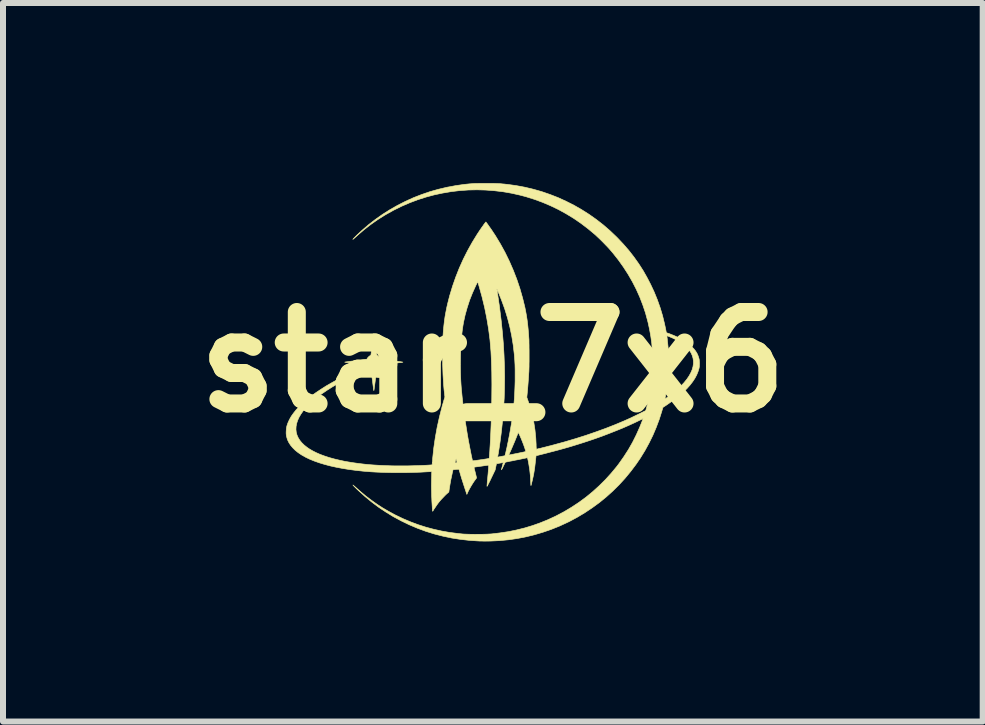
<source format=kicad_pcb>
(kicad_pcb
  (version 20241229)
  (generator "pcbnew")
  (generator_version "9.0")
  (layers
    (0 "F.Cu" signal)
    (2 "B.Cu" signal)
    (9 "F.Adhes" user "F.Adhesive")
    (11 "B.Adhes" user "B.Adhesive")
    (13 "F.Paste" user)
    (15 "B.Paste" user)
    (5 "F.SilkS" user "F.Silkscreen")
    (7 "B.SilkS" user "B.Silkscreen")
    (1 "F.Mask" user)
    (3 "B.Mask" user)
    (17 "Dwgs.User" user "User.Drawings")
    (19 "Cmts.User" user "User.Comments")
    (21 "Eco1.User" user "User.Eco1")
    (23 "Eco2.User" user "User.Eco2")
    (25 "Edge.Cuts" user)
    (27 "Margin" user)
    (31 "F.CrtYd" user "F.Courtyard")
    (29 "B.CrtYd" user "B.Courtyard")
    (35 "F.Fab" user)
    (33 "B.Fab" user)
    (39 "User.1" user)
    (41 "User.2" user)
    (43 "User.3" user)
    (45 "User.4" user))
  (footprint "star_7x6"
    (layer "F.Cu")
    (at 5.16 2.982)
    (property "Reference" "star_7x6" (at 0 0 0) (layer "F.SilkS") (effects (font (size 1.524 1.524) (thickness 0.3))))
    (attr through_hole)
    (fp_poly (pts (xy -0.07 -2.977) (xy -0.031 -2.977) (xy 0.004 -2.977) (xy 0.034 -2.976) (xy 0.062 -2.975) (xy 0.087 -2.974) (xy 0.112 -2.973) (xy 0.137 -2.971) (xy 0.164 -2.968) (xy 0.192 -2.966) (xy 0.225 -2.962) (xy 0.238 -2.961) (xy 0.384 -2.941) (xy 0.53 -2.914) (xy 0.673 -2.88) (xy 0.814 -2.84) (xy 0.953 -2.792) (xy 1.089 -2.739) (xy 1.222 -2.678) (xy 1.353 -2.612) (xy 1.48 -2.539) (xy 1.603 -2.461) (xy 1.723 -2.376) (xy 1.839 -2.286) (xy 1.95 -2.19) (xy 2.057 -2.088) (xy 2.077 -2.068) (xy 2.175 -1.964) (xy 2.266 -1.859) (xy 2.35 -1.751) (xy 2.429 -1.64) (xy 2.503 -1.525) (xy 2.571 -1.405) (xy 2.627 -1.297) (xy 2.687 -1.169) (xy 2.74 -1.039) (xy 2.787 -0.906) (xy 2.827 -0.773) (xy 2.86 -0.638) (xy 2.878 -0.554) (xy 2.89 -0.49) (xy 2.914 -0.482) (xy 2.941 -0.473) (xy 2.973 -0.46) (xy 3.007 -0.447) (xy 3.041 -0.432) (xy 3.073 -0.418) (xy 3.09 -0.41) (xy 3.142 -0.383) (xy 3.187 -0.357) (xy 3.229 -0.329) (xy 3.266 -0.3) (xy 3.302 -0.269) (xy 3.315 -0.256) (xy 3.35 -0.219) (xy 3.378 -0.183) (xy 3.401 -0.146) (xy 3.418 -0.108) (xy 3.432 -0.066) (xy 3.433 -0.062) (xy 3.438 -0.041) (xy 3.44 -0.014) (xy 3.442 0.016) (xy 3.441 0.046) (xy 3.44 0.074) (xy 3.436 0.098) (xy 3.435 0.103) (xy 3.418 0.159) (xy 3.395 0.215) (xy 3.365 0.271) (xy 3.328 0.327) (xy 3.284 0.384) (xy 3.233 0.441) (xy 3.174 0.498) (xy 3.109 0.555) (xy 3.037 0.613) (xy 2.957 0.671) (xy 2.888 0.719) (xy 2.833 0.755) (xy 2.814 0.821) (xy 2.771 0.956) (xy 2.721 1.089) (xy 2.665 1.221) (xy 2.602 1.349) (xy 2.533 1.475) (xy 2.458 1.597) (xy 2.384 1.705) (xy 2.295 1.823) (xy 2.201 1.937) (xy 2.102 2.045) (xy 1.997 2.149) (xy 1.888 2.247) (xy 1.774 2.34) (xy 1.655 2.427) (xy 1.532 2.509) (xy 1.405 2.585) (xy 1.274 2.655) (xy 1.245 2.669) (xy 1.111 2.731) (xy 0.974 2.786) (xy 0.835 2.834) (xy 0.693 2.876) (xy 0.55 2.911) (xy 0.405 2.939) (xy 0.259 2.96) (xy 0.112 2.974) (xy -0.035 2.981) (xy -0.129 2.982) (xy -0.154 2.982) (xy -0.179 2.981) (xy -0.201 2.981) (xy -0.219 2.981) (xy -0.232 2.98) (xy -0.236 2.98) (xy -0.389 2.97) (xy -0.54 2.953) (xy -0.688 2.93) (xy -0.834 2.899) (xy -0.978 2.862) (xy -1.119 2.818) (xy -1.257 2.767) (xy -1.394 2.709) (xy -1.528 2.644) (xy -1.658 2.574) (xy -1.782 2.498) (xy -1.902 2.418) (xy -2.018 2.331) (xy -2.131 2.238) (xy -2.24 2.139) (xy -2.276 2.105) (xy -2.295 2.086) (xy -2.31 2.071) (xy -2.321 2.059) (xy -2.328 2.051) (xy -2.331 2.048) (xy -2.329 2.048) (xy -2.323 2.053) (xy -2.312 2.062) (xy -2.298 2.074) (xy -2.206 2.156) (xy -2.114 2.232) (xy -2.022 2.302) (xy -1.929 2.368) (xy -1.835 2.429) (xy -1.737 2.486) (xy -1.636 2.541) (xy -1.62 2.549) (xy -1.497 2.608) (xy -1.372 2.661) (xy -1.246 2.708) (xy -1.118 2.749) (xy -0.988 2.784) (xy -0.854 2.814) (xy -0.716 2.838) (xy -0.574 2.856) (xy -0.497 2.864) (xy -0.475 2.865) (xy -0.448 2.866) (xy -0.415 2.867) (xy -0.378 2.868) (xy -0.337 2.868) (xy -0.295 2.869) (xy -0.252 2.868) (xy -0.21 2.868) (xy -0.168 2.868) (xy -0.129 2.867) (xy -0.093 2.866) (xy -0.061 2.864) (xy -0.035 2.863) (xy -0.022 2.862) (xy 0.122 2.845) (xy 0.262 2.824) (xy 0.397 2.796) (xy 0.53 2.763) (xy 0.659 2.724) (xy 0.786 2.679) (xy 0.912 2.628) (xy 1.036 2.571) (xy 1.06 2.559) (xy 1.189 2.491) (xy 1.314 2.416) (xy 1.435 2.336) (xy 1.552 2.25) (xy 1.664 2.158) (xy 1.771 2.061) (xy 1.874 1.959) (xy 1.971 1.852) (xy 2.064 1.74) (xy 2.101 1.691) (xy 2.182 1.576) (xy 2.258 1.458) (xy 2.327 1.337) (xy 2.39 1.211) (xy 2.448 1.081) (xy 2.493 0.968) (xy 2.504 0.94) (xy 2.456 0.964) (xy 2.363 1.009) (xy 2.264 1.054) (xy 2.159 1.1) (xy 2.048 1.145) (xy 1.934 1.19) (xy 1.816 1.235) (xy 1.695 1.278) (xy 1.589 1.314) (xy 1.503 1.342) (xy 1.421 1.368) (xy 1.34 1.393) (xy 1.26 1.417) (xy 1.179 1.44) (xy 1.096 1.463) (xy 1.009 1.486) (xy 0.916 1.51) (xy 0.891 1.517) (xy 0.72 1.56) (xy 0.718 1.577) (xy 0.717 1.587) (xy 0.715 1.602) (xy 0.713 1.621) (xy 0.711 1.642) (xy 0.709 1.657) (xy 0.697 1.761) (xy 0.681 1.862) (xy 0.68 1.867) (xy 0.676 1.884) (xy 0.672 1.905) (xy 0.667 1.928) (xy 0.661 1.953) (xy 0.656 1.977) (xy 0.65 2) (xy 0.645 2.02) (xy 0.641 2.037) (xy 0.638 2.05) (xy 0.635 2.056) (xy 0.635 2.057) (xy 0.634 2.055) (xy 0.633 2.047) (xy 0.632 2.034) (xy 0.631 2.016) (xy 0.63 1.995) (xy 0.63 1.993) (xy 0.624 1.888) (xy 0.613 1.786) (xy 0.597 1.688) (xy 0.593 1.666) (xy 0.588 1.641) (xy 0.584 1.623) (xy 0.581 1.61) (xy 0.578 1.601) (xy 0.576 1.596) (xy 0.573 1.594) (xy 0.57 1.594) (xy 0.567 1.594) (xy 0.541 1.6) (xy 0.511 1.606) (xy 0.479 1.613) (xy 0.445 1.62) (xy 0.411 1.627) (xy 0.377 1.633) (xy 0.346 1.64) (xy 0.317 1.646) (xy 0.292 1.65) (xy 0.272 1.654) (xy 0.261 1.657) (xy 0.208 1.667) (xy 0.176 1.732) (xy 0.166 1.752) (xy 0.158 1.769) (xy 0.151 1.782) (xy 0.146 1.791) (xy 0.143 1.794) (xy 0.143 1.794) (xy 0.143 1.79) (xy 0.146 1.779) (xy 0.149 1.765) (xy 0.154 1.747) (xy 0.158 1.733) (xy 0.163 1.713) (xy 0.167 1.697) (xy 0.171 1.684) (xy 0.173 1.676) (xy 0.173 1.674) (xy 0.169 1.674) (xy 0.16 1.676) (xy 0.145 1.678) (xy 0.128 1.681) (xy 0.116 1.683) (xy 0.06 1.693) (xy 0.049 1.746) (xy 0.038 1.798) (xy -0.029 1.937) (xy -0.043 1.967) (xy -0.056 1.993) (xy -0.068 2.017) (xy -0.079 2.038) (xy -0.087 2.054) (xy -0.093 2.065) (xy -0.097 2.07) (xy -0.097 2.071) (xy -0.097 2.066) (xy -0.097 2.055) (xy -0.095 2.038) (xy -0.094 2.017) (xy -0.092 1.992) (xy -0.089 1.964) (xy -0.087 1.944) (xy -0.083 1.896) (xy -0.079 1.855) (xy -0.076 1.819) (xy -0.074 1.79) (xy -0.072 1.767) (xy -0.071 1.748) (xy -0.07 1.735) (xy -0.07 1.725) (xy -0.07 1.719) (xy -0.07 1.717) (xy -0.074 1.717) (xy -0.085 1.718) (xy -0.1 1.72) (xy -0.12 1.723) (xy -0.142 1.726) (xy -0.161 1.729) (xy -0.187 1.733) (xy -0.214 1.736) (xy -0.238 1.74) (xy -0.259 1.743) (xy -0.276 1.745) (xy -0.282 1.746) (xy -0.298 1.748) (xy -0.307 1.75) (xy -0.312 1.753) (xy -0.313 1.755) (xy -0.313 1.756) (xy -0.312 1.761) (xy -0.31 1.772) (xy -0.306 1.788) (xy -0.301 1.808) (xy -0.295 1.83) (xy -0.292 1.843) (xy -0.286 1.866) (xy -0.281 1.888) (xy -0.277 1.905) (xy -0.274 1.919) (xy -0.272 1.927) (xy -0.272 1.929) (xy -0.274 1.933) (xy -0.28 1.942) (xy -0.288 1.953) (xy -0.289 1.954) (xy -0.313 1.987) (xy -0.338 2.025) (xy -0.363 2.066) (xy -0.387 2.108) (xy -0.408 2.148) (xy -0.423 2.181) (xy -0.433 2.204) (xy -0.452 2.146) (xy -0.468 2.098) (xy -0.485 2.046) (xy -0.502 1.993) (xy -0.519 1.94) (xy -0.534 1.89) (xy -0.543 1.86) (xy -0.549 1.838) (xy -0.555 1.818) (xy -0.56 1.802) (xy -0.563 1.791) (xy -0.566 1.785) (xy -0.566 1.785) (xy -0.57 1.784) (xy -0.579 1.785) (xy -0.593 1.786) (xy -0.608 1.787) (xy -0.625 1.789) (xy -0.64 1.79) (xy -0.652 1.792) (xy -0.661 1.793) (xy -0.663 1.794) (xy -0.664 1.798) (xy -0.667 1.808) (xy -0.67 1.823) (xy -0.675 1.842) (xy -0.679 1.863) (xy -0.684 1.886) (xy -0.689 1.91) (xy -0.694 1.933) (xy -0.699 1.955) (xy -0.702 1.973) (xy -0.704 1.98) (xy -0.708 2.005) (xy -0.713 2.034) (xy -0.718 2.064) (xy -0.722 2.092) (xy -0.724 2.101) (xy -0.733 2.164) (xy -0.754 2.182) (xy -0.772 2.198) (xy -0.793 2.218) (xy -0.815 2.241) (xy -0.838 2.265) (xy -0.86 2.288) (xy -0.879 2.31) (xy -0.894 2.328) (xy -0.906 2.343) (xy -0.92 2.362) (xy -0.936 2.384) (xy -0.951 2.407) (xy -0.966 2.429) (xy -0.98 2.449) (xy -0.99 2.466) (xy -0.995 2.475) (xy -1 2.482) (xy -1.003 2.485) (xy -1.003 2.485) (xy -1.004 2.481) (xy -1.006 2.47) (xy -1.007 2.453) (xy -1.009 2.431) (xy -1.01 2.405) (xy -1.012 2.376) (xy -1.014 2.344) (xy -1.016 2.311) (xy -1.017 2.276) (xy -1.019 2.241) (xy -1.02 2.206) (xy -1.02 2.192) (xy -1.022 2.124) (xy -1.023 2.062) (xy -1.022 2.002) (xy -1.021 1.944) (xy -1.021 1.938) (xy -1.02 1.91) (xy -1.019 1.884) (xy -1.019 1.862) (xy -1.018 1.844) (xy -1.018 1.831) (xy -1.018 1.824) (xy -1.018 1.823) (xy -1.021 1.823) (xy -1.031 1.824) (xy -1.046 1.825) (xy -1.064 1.826) (xy -1.086 1.827) (xy -1.09 1.827) (xy -1.213 1.834) (xy -1.339 1.838) (xy -1.465 1.841) (xy -1.59 1.841) (xy -1.714 1.84) (xy -1.835 1.837) (xy -1.951 1.832) (xy -2.036 1.827) (xy -2.16 1.817) (xy -2.279 1.804) (xy -2.394 1.789) (xy -2.505 1.771) (xy -2.61 1.751) (xy -2.71 1.729) (xy -2.804 1.704) (xy -2.893 1.677) (xy -2.975 1.648) (xy -3.051 1.617) (xy -3.12 1.584) (xy -3.124 1.581) (xy -3.187 1.546) (xy -3.243 1.508) (xy -3.292 1.469) (xy -3.334 1.427) (xy -3.37 1.384) (xy -3.399 1.339) (xy -3.421 1.293) (xy -3.435 1.245) (xy -3.44 1.222) (xy -3.443 1.194) (xy -3.443 1.162) (xy -3.441 1.129) (xy -3.438 1.096) (xy -3.432 1.068) (xy -3.432 1.066) (xy -3.414 1.013) (xy -3.389 0.958) (xy -3.358 0.903) (xy -3.319 0.848) (xy -3.274 0.792) (xy -3.222 0.736) (xy -3.163 0.679) (xy -3.098 0.623) (xy -3.027 0.566) (xy -2.949 0.51) (xy -2.865 0.454) (xy -2.776 0.397) (xy -2.68 0.342) (xy -2.579 0.286) (xy -2.471 0.231) (xy -2.359 0.177) (xy -2.241 0.123) (xy -2.153 0.085) (xy -2.131 0.076) (xy -2.116 0.069) (xy -2.106 0.064) (xy -2.1 0.06) (xy -2.097 0.057) (xy -2.097 0.054) (xy -2.099 0.053) (xy -2.104 0.051) (xy -2.111 0.049) (xy -2.123 0.047) (xy -2.138 0.045) (xy -2.159 0.042) (xy -2.184 0.038) (xy -2.216 0.034) (xy -2.253 0.029) (xy -2.283 0.026) (xy -2.319 0.021) (xy -2.352 0.017) (xy -2.382 0.013) (xy -2.409 0.01) (xy -2.432 0.007) (xy -2.449 0.004) (xy -2.461 0.003) (xy -2.467 0.002) (xy -2.467 0.002) (xy -2.467 0.001) (xy -2.466 0.000253) (xy -2.462 -0.001) (xy -2.456 -0.002) (xy -2.447 -0.003) (xy -2.434 -0.005) (xy -2.417 -0.007) (xy -2.395 -0.01) (xy -2.368 -0.014) (xy -2.335 -0.018) (xy -2.295 -0.023) (xy -2.275 -0.025) (xy -2.24 -0.03) (xy -2.208 -0.034) (xy -2.178 -0.038) (xy -2.152 -0.041) (xy -2.131 -0.044) (xy -2.114 -0.046) (xy -2.103 -0.048) (xy -2.099 -0.048) (xy -2.099 -0.048) (xy -2.097 -0.052) (xy -2.093 -0.059) (xy -2.093 -0.06) (xy -2.084 -0.073) (xy -2.072 -0.086) (xy -2.058 -0.099) (xy -2.045 -0.107) (xy -2.035 -0.115) (xy -2.03 -0.124) (xy -2.03 -0.125) (xy -2.029 -0.131) (xy -2.028 -0.143) (xy -2.025 -0.161) (xy -2.022 -0.184) (xy -2.019 -0.211) (xy -2.015 -0.241) (xy -2.01 -0.273) (xy -2.006 -0.303) (xy -2.002 -0.337) (xy -1.998 -0.368) (xy -1.994 -0.397) (xy -1.99 -0.422) (xy -1.987 -0.443) (xy -1.985 -0.458) (xy -1.984 -0.468) (xy -1.983 -0.471) (xy -1.982 -0.471) (xy -1.982 -0.47) (xy -1.981 -0.467) (xy -1.98 -0.462) (xy -1.978 -0.453) (xy -1.976 -0.441) (xy -1.974 -0.425) (xy -1.971 -0.404) (xy -1.968 -0.378) (xy -1.964 -0.346) (xy -1.959 -0.308) (xy -1.956 -0.285) (xy -1.951 -0.251) (xy -1.947 -0.218) (xy -1.943 -0.189) (xy -1.939 -0.164) (xy -1.936 -0.143) (xy -1.933 -0.127) (xy -1.931 -0.117) (xy -1.93 -0.113) (xy -1.916 -0.105) (xy -1.9 -0.093) (xy -1.885 -0.077) (xy -1.872 -0.06) (xy -1.867 -0.053) (xy -1.865 -0.052) (xy -1.861 -0.05) (xy -1.853 -0.048) (xy -1.842 -0.046) (xy -1.828 -0.044) (xy -1.808 -0.041) (xy -1.783 -0.037) (xy -1.753 -0.033) (xy -1.716 -0.029) (xy -1.689 -0.025) (xy -1.647 -0.02) (xy -1.611 -0.015) (xy -1.581 -0.012) (xy -1.557 -0.009) (xy -1.538 -0.006) (xy -1.524 -0.004) (xy -1.513 -0.002) (xy -1.506 -0.001) (xy -1.501 -0.000064) (xy -1.499 0.001) (xy -1.499 0.001) (xy -1.499 0.002) (xy -1.503 0.002) (xy -1.513 0.004) (xy -1.529 0.006) (xy -1.55 0.009) (xy -1.576 0.012) (xy -1.606 0.016) (xy -1.638 0.02) (xy -1.673 0.025) (xy -1.683 0.026) (xy -1.866 0.049) (xy -1.872 0.062) (xy -1.881 0.074) (xy -1.893 0.087) (xy -1.907 0.1) (xy -1.92 0.109) (xy -1.923 0.11) (xy -1.93 0.115) (xy -1.934 0.119) (xy -1.934 0.119) (xy -1.934 0.123) (xy -1.936 0.134) (xy -1.938 0.15) (xy -1.941 0.17) (xy -1.944 0.195) (xy -1.947 0.222) (xy -1.951 0.251) (xy -1.955 0.282) (xy -1.959 0.312) (xy -1.963 0.343) (xy -1.967 0.371) (xy -1.97 0.398) (xy -1.974 0.421) (xy -1.976 0.44) (xy -1.978 0.454) (xy -1.979 0.462) (xy -1.98 0.464) (xy -1.981 0.472) (xy -1.983 0.475) (xy -1.983 0.475) (xy -1.984 0.471) (xy -1.985 0.461) (xy -1.988 0.445) (xy -1.99 0.424) (xy -1.994 0.398) (xy -1.998 0.369) (xy -2.002 0.337) (xy -2.006 0.305) (xy -2.011 0.27) (xy -2.015 0.238) (xy -2.019 0.208) (xy -2.023 0.181) (xy -2.026 0.159) (xy -2.028 0.142) (xy -2.03 0.13) (xy -2.031 0.125) (xy -2.036 0.115) (xy -2.044 0.108) (xy -2.049 0.106) (xy -2.054 0.105) (xy -2.06 0.106) (xy -2.068 0.108) (xy -2.08 0.113) (xy -2.096 0.12) (xy -2.2 0.166) (xy -2.302 0.214) (xy -2.402 0.263) (xy -2.497 0.313) (xy -2.589 0.363) (xy -2.675 0.414) (xy -2.756 0.465) (xy -2.831 0.516) (xy -2.85 0.529) (xy -2.895 0.563) (xy -2.94 0.598) (xy -2.984 0.635) (xy -3.027 0.673) (xy -3.066 0.711) (xy -3.102 0.747) (xy -3.134 0.781) (xy -3.16 0.813) (xy -3.162 0.816) (xy -3.199 0.869) (xy -3.23 0.922) (xy -3.253 0.974) (xy -3.269 1.025) (xy -3.278 1.074) (xy -3.28 1.122) (xy -3.275 1.169) (xy -3.263 1.214) (xy -3.243 1.259) (xy -3.217 1.301) (xy -3.183 1.343) (xy -3.142 1.383) (xy -3.094 1.421) (xy -3.059 1.445) (xy -3.005 1.477) (xy -2.944 1.508) (xy -2.878 1.537) (xy -2.805 1.564) (xy -2.726 1.59) (xy -2.643 1.613) (xy -2.555 1.634) (xy -2.462 1.654) (xy -2.366 1.67) (xy -2.314 1.678) (xy -2.248 1.687) (xy -2.185 1.695) (xy -2.123 1.702) (xy -2.061 1.708) (xy -1.998 1.713) (xy -1.932 1.717) (xy -1.863 1.721) (xy -1.79 1.724) (xy -1.711 1.727) (xy -1.684 1.728) (xy -1.624 1.729) (xy -1.56 1.729) (xy -1.492 1.729) (xy -1.422 1.729) (xy -1.351 1.727) (xy -1.281 1.725) (xy -1.212 1.723) (xy -1.147 1.72) (xy -1.087 1.717) (xy -1.044 1.714) (xy -1.013 1.712) (xy -1.011 1.701) (xy -1.01 1.694) (xy -1.009 1.681) (xy -1.009 1.678) (xy -0.631 1.678) (xy -0.628 1.679) (xy -0.621 1.679) (xy -0.611 1.678) (xy -0.602 1.677) (xy -0.597 1.675) (xy -0.596 1.675) (xy -0.597 1.671) (xy -0.598 1.662) (xy -0.602 1.649) (xy -0.603 1.642) (xy -0.612 1.61) (xy -0.622 1.643) (xy -0.626 1.657) (xy -0.629 1.669) (xy -0.631 1.677) (xy -0.631 1.678) (xy -1.009 1.678) (xy -1.007 1.663) (xy -1.005 1.642) (xy -1.003 1.617) (xy -1.002 1.598) (xy -0.984 1.43) (xy -0.959 1.259) (xy -0.928 1.087) (xy -0.89 0.915) (xy -0.846 0.742) (xy -0.814 0.63) (xy -0.799 0.582) (xy -0.804 0.539) (xy -0.813 0.457) (xy -0.82 0.376) (xy -0.825 0.295) (xy -0.83 0.212) (xy -0.833 0.126) (xy -0.836 0.04) (xy -0.541 0.04) (xy -0.54 0.111) (xy -0.539 0.179) (xy -0.537 0.245) (xy -0.534 0.31) (xy -0.53 0.376) (xy -0.525 0.443) (xy -0.518 0.512) (xy -0.511 0.585) (xy -0.502 0.663) (xy -0.492 0.747) (xy -0.492 0.747) (xy -0.476 0.867) (xy -0.46 0.981) (xy -0.443 1.09) (xy -0.426 1.197) (xy -0.408 1.301) (xy -0.388 1.405) (xy -0.367 1.511) (xy -0.359 1.552) (xy -0.339 1.644) (xy -0.33 1.644) (xy -0.323 1.643) (xy -0.311 1.642) (xy -0.294 1.64) (xy -0.272 1.637) (xy -0.248 1.633) (xy -0.221 1.63) (xy -0.219 1.629) (xy -0.181 1.624) (xy -0.149 1.619) (xy -0.123 1.615) (xy -0.103 1.612) (xy -0.087 1.609) (xy -0.076 1.607) (xy -0.067 1.606) (xy -0.067 1.606) (xy -0.065 1.605) (xy -0.064 1.605) (xy -0.063 1.603) (xy -0.061 1.6) (xy -0.06 1.596) (xy -0.059 1.589) (xy -0.058 1.579) (xy -0.057 1.565) (xy -0.056 1.547) (xy -0.054 1.525) (xy -0.052 1.498) (xy -0.05 1.465) (xy -0.048 1.426) (xy -0.045 1.382) (xy -0.039 1.272) (xy -0.034 1.16) (xy -0.029 1.046) (xy -0.025 0.932) (xy -0.022 0.817) (xy -0.019 0.704) (xy -0.018 0.591) (xy -0.017 0.481) (xy -0.016 0.373) (xy -0.017 0.268) (xy -0.018 0.167) (xy -0.021 0.07) (xy -0.024 -0.021) (xy -0.028 -0.106) (xy -0.032 -0.185) (xy -0.033 -0.194) (xy -0.048 -0.372) (xy -0.071 -0.55) (xy -0.101 -0.729) (xy -0.137 -0.909) (xy -0.181 -1.09) (xy -0.217 -1.219) (xy 0.065 -1.219) (xy 0.066 -1.214) (xy 0.066 -1.212) (xy 0.068 -1.204) (xy 0.07 -1.189) (xy 0.074 -1.17) (xy 0.077 -1.146) (xy 0.082 -1.118) (xy 0.086 -1.088) (xy 0.091 -1.056) (xy 0.096 -1.023) (xy 0.1 -0.991) (xy 0.105 -0.96) (xy 0.109 -0.93) (xy 0.113 -0.904) (xy 0.114 -0.891) (xy 0.139 -0.691) (xy 0.159 -0.496) (xy 0.175 -0.305) (xy 0.186 -0.119) (xy 0.193 0.065) (xy 0.196 0.245) (xy 0.194 0.424) (xy 0.189 0.602) (xy 0.178 0.779) (xy 0.164 0.956) (xy 0.145 1.133) (xy 0.136 1.21) (xy 0.131 1.246) (xy 0.126 1.284) (xy 0.121 1.324) (xy 0.115 1.365) (xy 0.109 1.405) (xy 0.103 1.444) (xy 0.097 1.48) (xy 0.092 1.513) (xy 0.087 1.541) (xy 0.083 1.563) (xy 0.081 1.572) (xy 0.08 1.58) (xy 0.083 1.582) (xy 0.089 1.581) (xy 0.097 1.579) (xy 0.11 1.577) (xy 0.126 1.574) (xy 0.145 1.57) (xy 0.15 1.569) (xy 0.168 1.566) (xy 0.184 1.563) (xy 0.195 1.561) (xy 0.201 1.559) (xy 0.202 1.559) (xy 0.204 1.555) (xy 0.205 1.548) (xy 0.265 1.548) (xy 0.268 1.547) (xy 0.278 1.546) (xy 0.294 1.543) (xy 0.314 1.539) (xy 0.339 1.534) (xy 0.368 1.528) (xy 0.399 1.522) (xy 0.433 1.515) (xy 0.451 1.511) (xy 0.476 1.506) (xy 0.499 1.501) (xy 0.519 1.497) (xy 0.534 1.493) (xy 0.544 1.491) (xy 0.547 1.49) (xy 0.547 1.485) (xy 0.545 1.474) (xy 0.54 1.459) (xy 0.534 1.439) (xy 0.526 1.416) (xy 0.517 1.39) (xy 0.507 1.363) (xy 0.496 1.335) (xy 0.485 1.307) (xy 0.474 1.279) (xy 0.463 1.254) (xy 0.453 1.231) (xy 0.446 1.216) (xy 0.424 1.17) (xy 0.409 1.208) (xy 0.397 1.24) (xy 0.382 1.276) (xy 0.366 1.316) (xy 0.348 1.358) (xy 0.33 1.4) (xy 0.313 1.44) (xy 0.3 1.469) (xy 0.29 1.491) (xy 0.281 1.511) (xy 0.274 1.527) (xy 0.268 1.539) (xy 0.265 1.546) (xy 0.265 1.548) (xy 0.205 1.548) (xy 0.206 1.544) (xy 0.21 1.529) (xy 0.215 1.508) (xy 0.22 1.484) (xy 0.226 1.458) (xy 0.233 1.429) (xy 0.239 1.4) (xy 0.245 1.37) (xy 0.251 1.342) (xy 0.257 1.314) (xy 0.259 1.303) (xy 0.281 1.191) (xy 0.299 1.086) (xy 0.316 0.985) (xy 0.33 0.888) (xy 0.341 0.793) (xy 0.351 0.699) (xy 0.359 0.606) (xy 0.364 0.511) (xy 0.368 0.415) (xy 0.371 0.316) (xy 0.371 0.221) (xy 0.371 0.169) (xy 0.371 0.123) (xy 0.37 0.081) (xy 0.369 0.042) (xy 0.367 0.005) (xy 0.365 -0.031) (xy 0.362 -0.069) (xy 0.359 -0.11) (xy 0.357 -0.131) (xy 0.339 -0.285) (xy 0.314 -0.438) (xy 0.282 -0.59) (xy 0.243 -0.74) (xy 0.197 -0.889) (xy 0.143 -1.037) (xy 0.093 -1.161) (xy 0.083 -1.185) (xy 0.075 -1.202) (xy 0.07 -1.213) (xy 0.066 -1.218) (xy 0.065 -1.219) (xy -0.217 -1.219) (xy -0.232 -1.272) (xy -0.246 -1.319) (xy -0.252 -1.34) (xy -0.286 -1.271) (xy -0.339 -1.153) (xy -0.387 -1.032) (xy -0.427 -0.909) (xy -0.462 -0.784) (xy -0.489 -0.66) (xy -0.499 -0.601) (xy -0.509 -0.531) (xy -0.518 -0.454) (xy -0.525 -0.372) (xy -0.531 -0.285) (xy -0.536 -0.193) (xy -0.539 -0.098) (xy -0.54 -0.000363) (xy -0.541 0.04) (xy -0.836 0.04) (xy -0.836 0.036) (xy -0.837 -0.06) (xy -0.837 -0.164) (xy -0.836 -0.262) (xy -0.834 -0.354) (xy -0.83 -0.442) (xy -0.824 -0.525) (xy -0.816 -0.606) (xy -0.807 -0.684) (xy -0.796 -0.761) (xy -0.782 -0.837) (xy -0.767 -0.913) (xy -0.749 -0.99) (xy -0.729 -1.068) (xy -0.718 -1.11) (xy -0.671 -1.265) (xy -0.618 -1.417) (xy -0.559 -1.566) (xy -0.493 -1.713) (xy -0.421 -1.856) (xy -0.343 -1.996) (xy -0.26 -2.131) (xy -0.234 -2.17) (xy -0.217 -2.196) (xy -0.199 -2.222) (xy -0.181 -2.248) (xy -0.164 -2.271) (xy -0.15 -2.292) (xy -0.137 -2.309) (xy -0.128 -2.321) (xy -0.125 -2.324) (xy -0.116 -2.335) (xy -0.108 -2.324) (xy -0.097 -2.31) (xy -0.083 -2.291) (xy -0.067 -2.267) (xy -0.048 -2.241) (xy -0.029 -2.214) (xy -0.01 -2.186) (xy 0.008 -2.158) (xy 0.025 -2.133) (xy 0.04 -2.11) (xy 0.042 -2.107) (xy 0.126 -1.968) (xy 0.204 -1.826) (xy 0.275 -1.68) (xy 0.34 -1.531) (xy 0.399 -1.379) (xy 0.451 -1.224) (xy 0.496 -1.066) (xy 0.535 -0.907) (xy 0.535 -0.905) (xy 0.548 -0.84) (xy 0.56 -0.773) (xy 0.571 -0.702) (xy 0.58 -0.629) (xy 0.588 -0.55) (xy 0.595 -0.466) (xy 0.599 -0.405) (xy 0.601 -0.383) (xy 0.602 -0.354) (xy 0.602 -0.321) (xy 0.603 -0.282) (xy 0.603 -0.241) (xy 0.604 -0.196) (xy 0.604 -0.151) (xy 0.604 -0.104) (xy 0.604 -0.057) (xy 0.604 -0.012) (xy 0.603 0.031) (xy 0.603 0.072) (xy 0.602 0.108) (xy 0.601 0.14) (xy 0.6 0.166) (xy 0.599 0.174) (xy 0.595 0.239) (xy 0.591 0.297) (xy 0.587 0.351) (xy 0.583 0.402) (xy 0.579 0.45) (xy 0.575 0.494) (xy 0.566 0.587) (xy 0.586 0.644) (xy 0.625 0.764) (xy 0.657 0.885) (xy 0.683 1.007) (xy 0.702 1.132) (xy 0.715 1.26) (xy 0.721 1.373) (xy 0.721 1.396) (xy 0.722 1.416) (xy 0.723 1.433) (xy 0.724 1.445) (xy 0.724 1.451) (xy 0.724 1.451) (xy 0.729 1.451) (xy 0.739 1.448) (xy 0.755 1.444) (xy 0.775 1.439) (xy 0.799 1.434) (xy 0.825 1.427) (xy 0.853 1.42) (xy 0.882 1.413) (xy 0.911 1.405) (xy 0.939 1.398) (xy 0.966 1.392) (xy 0.989 1.385) (xy 1.01 1.38) (xy 1.012 1.379) (xy 1.196 1.329) (xy 1.375 1.276) (xy 1.549 1.221) (xy 1.717 1.163) (xy 1.88 1.104) (xy 2.038 1.042) (xy 2.188 0.979) (xy 2.266 0.944) (xy 2.282 0.937) (xy 2.302 0.928) (xy 2.324 0.917) (xy 2.349 0.905) (xy 2.376 0.892) (xy 2.403 0.879) (xy 2.43 0.866) (xy 2.456 0.853) (xy 2.48 0.841) (xy 2.502 0.83) (xy 2.52 0.821) (xy 2.534 0.814) (xy 2.543 0.809) (xy 2.546 0.808) (xy 2.548 0.804) (xy 2.551 0.793) (xy 2.555 0.778) (xy 2.56 0.76) (xy 2.566 0.738) (xy 2.572 0.714) (xy 2.578 0.69) (xy 2.584 0.666) (xy 2.59 0.643) (xy 2.595 0.623) (xy 2.596 0.614) (xy 2.865 0.614) (xy 2.877 0.607) (xy 2.884 0.603) (xy 2.895 0.595) (xy 2.91 0.585) (xy 2.927 0.572) (xy 2.943 0.56) (xy 3.015 0.504) (xy 3.079 0.449) (xy 3.137 0.394) (xy 3.187 0.34) (xy 3.231 0.286) (xy 3.267 0.233) (xy 3.296 0.181) (xy 3.319 0.129) (xy 3.32 0.126) (xy 3.334 0.076) (xy 3.341 0.027) (xy 3.341 -0.021) (xy 3.334 -0.068) (xy 3.32 -0.114) (xy 3.318 -0.117) (xy 3.307 -0.143) (xy 3.293 -0.168) (xy 3.276 -0.192) (xy 3.254 -0.217) (xy 3.228 -0.245) (xy 3.228 -0.245) (xy 3.193 -0.278) (xy 3.158 -0.307) (xy 3.119 -0.334) (xy 3.076 -0.359) (xy 3.037 -0.38) (xy 3.018 -0.389) (xy 2.998 -0.399) (xy 2.977 -0.408) (xy 2.956 -0.417) (xy 2.938 -0.425) (xy 2.922 -0.431) (xy 2.909 -0.436) (xy 2.902 -0.438) (xy 2.9 -0.438) (xy 2.9 -0.434) (xy 2.901 -0.424) (xy 2.902 -0.409) (xy 2.905 -0.391) (xy 2.906 -0.377) (xy 2.921 -0.233) (xy 2.929 -0.089) (xy 2.93 0.055) (xy 2.924 0.198) (xy 2.911 0.339) (xy 2.899 0.432) (xy 2.896 0.451) (xy 2.892 0.473) (xy 2.888 0.497) (xy 2.884 0.522) (xy 2.88 0.546) (xy 2.876 0.567) (xy 2.872 0.586) (xy 2.869 0.599) (xy 2.868 0.606) (xy 2.865 0.614) (xy 2.596 0.614) (xy 2.598 0.609) (xy 2.618 0.507) (xy 2.635 0.407) (xy 2.647 0.307) (xy 2.656 0.206) (xy 2.661 0.101) (xy 2.662 0.049) (xy 2.662 -0.075) (xy 2.657 -0.196) (xy 2.647 -0.314) (xy 2.631 -0.43) (xy 2.61 -0.547) (xy 2.584 -0.666) (xy 2.58 -0.681) (xy 2.543 -0.818) (xy 2.498 -0.952) (xy 2.447 -1.084) (xy 2.389 -1.213) (xy 2.324 -1.34) (xy 2.253 -1.463) (xy 2.175 -1.584) (xy 2.091 -1.702) (xy 2 -1.817) (xy 1.94 -1.887) (xy 1.918 -1.911) (xy 1.892 -1.938) (xy 1.863 -1.968) (xy 1.833 -1.999) (xy 1.801 -2.031) (xy 1.77 -2.061) (xy 1.74 -2.089) (xy 1.714 -2.114) (xy 1.698 -2.128) (xy 1.584 -2.223) (xy 1.467 -2.312) (xy 1.346 -2.395) (xy 1.221 -2.471) (xy 1.094 -2.541) (xy 0.963 -2.604) (xy 0.829 -2.661) (xy 0.693 -2.711) (xy 0.553 -2.755) (xy 0.455 -2.781) (xy 0.313 -2.813) (xy 0.169 -2.838) (xy 0.025 -2.855) (xy -0.119 -2.866) (xy -0.263 -2.87) (xy -0.408 -2.867) (xy -0.551 -2.857) (xy -0.694 -2.84) (xy -0.835 -2.816) (xy -0.976 -2.786) (xy -1.114 -2.749) (xy -1.251 -2.705) (xy -1.386 -2.654) (xy -1.518 -2.597) (xy -1.648 -2.533) (xy -1.774 -2.463) (xy -1.805 -2.445) (xy -1.922 -2.371) (xy -2.034 -2.292) (xy -2.142 -2.208) (xy -2.244 -2.121) (xy -2.287 -2.082) (xy -2.302 -2.069) (xy -2.314 -2.058) (xy -2.324 -2.049) (xy -2.331 -2.045) (xy -2.332 -2.044) (xy -2.33 -2.048) (xy -2.324 -2.055) (xy -2.314 -2.066) (xy -2.3 -2.08) (xy -2.283 -2.097) (xy -2.264 -2.116) (xy -2.243 -2.135) (xy -2.222 -2.156) (xy -2.2 -2.176) (xy -2.186 -2.189) (xy -2.075 -2.285) (xy -1.959 -2.375) (xy -1.839 -2.46) (xy -1.716 -2.538) (xy -1.588 -2.611) (xy -1.458 -2.677) (xy -1.324 -2.738) (xy -1.188 -2.791) (xy -1.048 -2.839) (xy -0.907 -2.879) (xy -0.763 -2.913) (xy -0.617 -2.94) (xy -0.486 -2.959) (xy -0.451 -2.963) (xy -0.42 -2.966) (xy -0.391 -2.969) (xy -0.364 -2.971) (xy -0.338 -2.973) (xy -0.312 -2.975) (xy -0.283 -2.976) (xy -0.253 -2.976) (xy -0.218 -2.977) (xy -0.179 -2.977) (xy -0.135 -2.977) (xy -0.116 -2.977) (xy -0.07 -2.977)) (stroke (width 0.01) (type solid)) (fill yes) (layer "F.SilkS")))
  (gr_rect
    (start -3 -3)
    (end 13.32 8.969)
    (stroke (width 0.1) (type default))
    (fill no)
    (layer "Edge.Cuts")))
</source>
